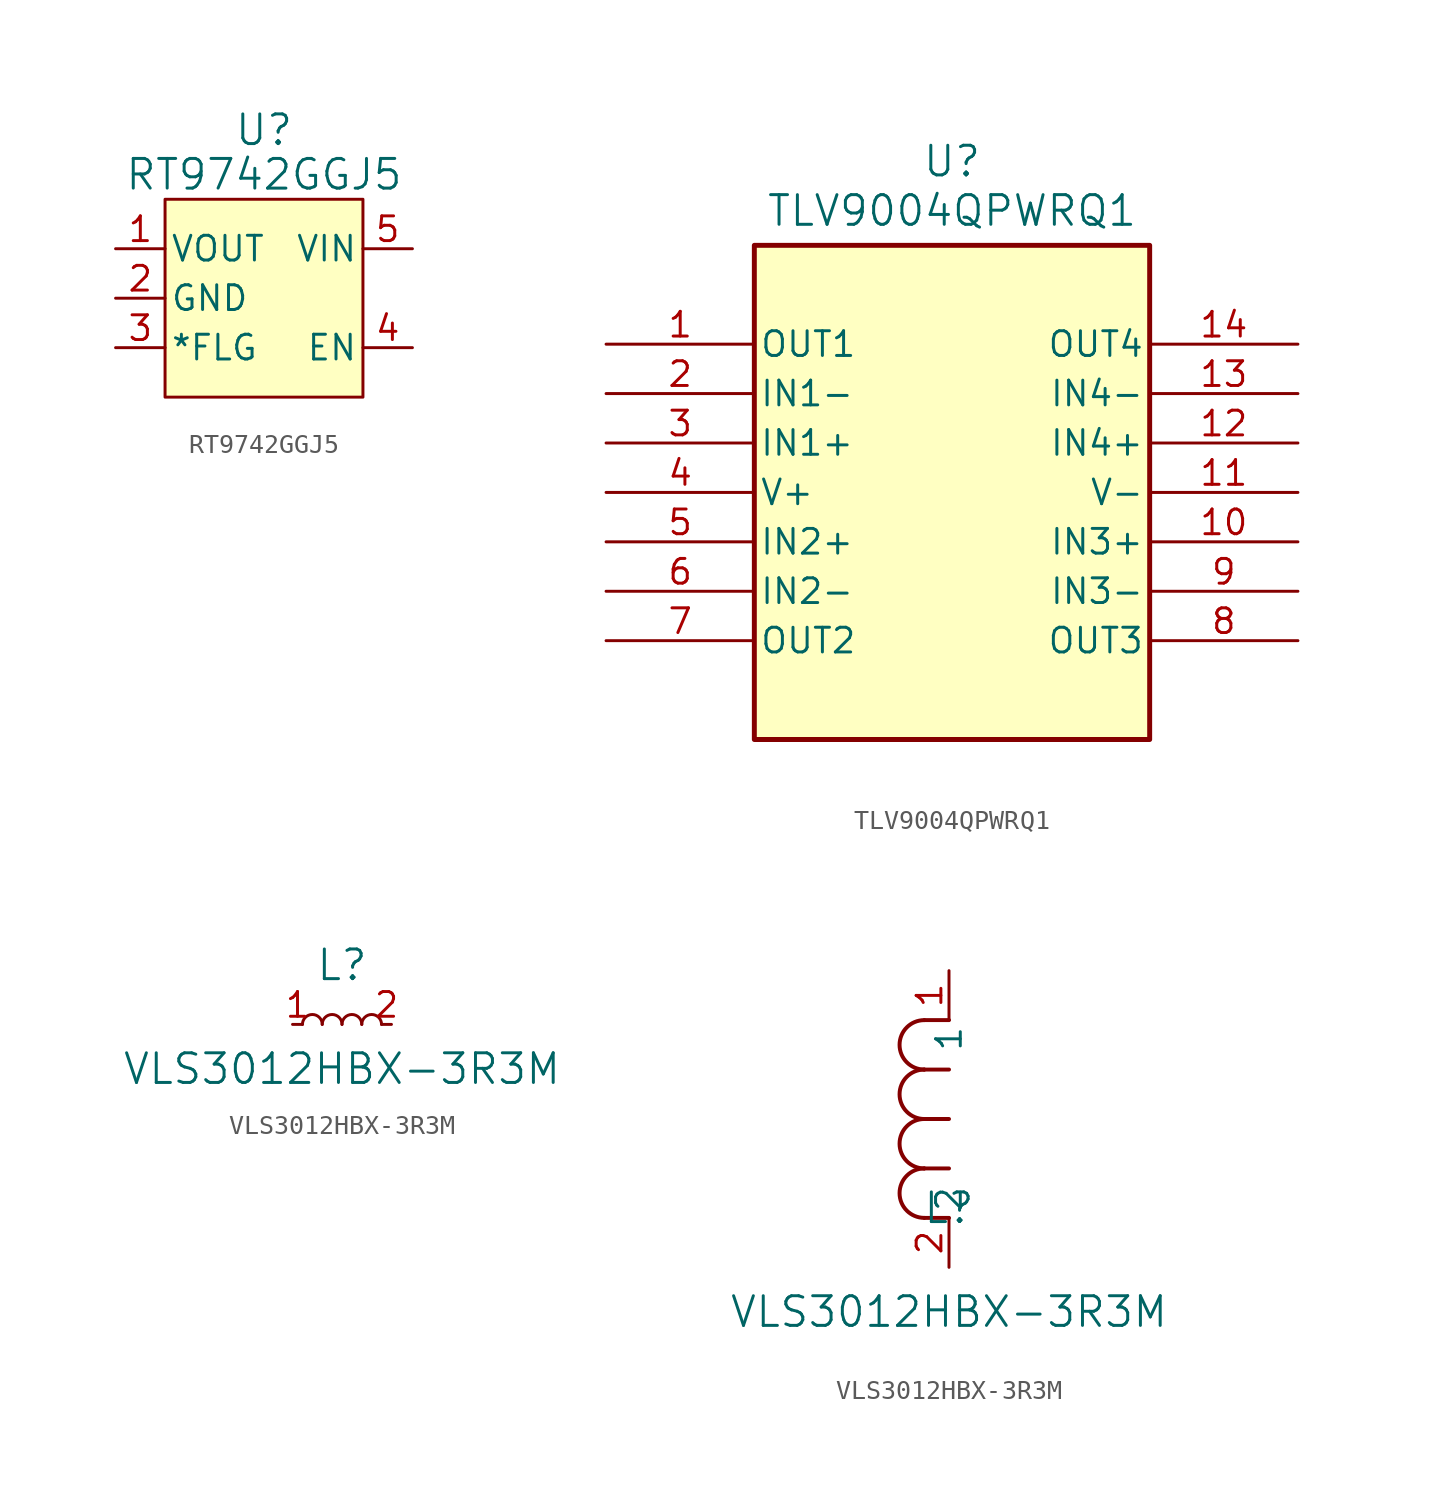
<source format=kicad_sym>
(kicad_symbol_lib
  (version 20241209)
  (generator "kicad_symbol_editor")
  (generator_version "9.0")
  (symbol "RT9742GGJ5"
    (pin_names
      (offset 0.254))
    (property "Reference" "U"
      (at 0 8.636 0)
      (effects (font (size 1.524 1.524))))
    (property "Value" "RT9742GGJ5"
      (at 0 6.35 0)
      (effects (font (size 1.524 1.524))))
    (symbol "RT9742GGJ5_1_1"
      (rectangle (start -5.08 5.08) (end 5.08 -5.08) (stroke (width 0) (type solid)) (fill (type background)))
      (pin power_out line (at -7.62 2.54 0) (length 2.54) (name "VOUT" (effects (font (size 1.27 1.27)))) (number "1" (effects (font (size 1.27 1.27)))))
      (pin power_in line (at -7.62 0 0) (length 2.54) (name "GND" (effects (font (size 1.27 1.27)))) (number "2" (effects (font (size 1.27 1.27)))))
      (pin output line (at -7.62 -2.54 0) (length 2.54) (name "*FLG" (effects (font (size 1.27 1.27)))) (number "3" (effects (font (size 1.27 1.27)))))
      (pin power_in line (at 7.62 2.54 180) (length 2.54) (name "VIN" (effects (font (size 1.27 1.27)))) (number "5" (effects (font (size 1.27 1.27)))))
      (pin input line (at 7.62 -2.54 180) (length 2.54) (name "EN" (effects (font (size 1.27 1.27)))) (number "4" (effects (font (size 1.27 1.27)))))))
  (symbol "TLV9004QPWRQ1"
    (pin_names
      (offset 0.254))
    (property "Reference" "U"
      (at 17.78 9.398 0)
      (effects (font (size 1.524 1.524))))
    (property "Value" "TLV9004QPWRQ1"
      (at 17.78 6.858 0)
      (effects (font (size 1.524 1.524))))
    (symbol "TLV9004QPWRQ1_0_1"
      (pin output line (at 0 0 0) (length 7.62) (name "OUT1" (effects (font (size 1.27 1.27)))) (number "1" (effects (font (size 1.27 1.27)))))
      (pin input line (at 0 -2.54 0) (length 7.62) (name "IN1-" (effects (font (size 1.27 1.27)))) (number "2" (effects (font (size 1.27 1.27)))))
      (pin input line (at 0 -5.08 0) (length 7.62) (name "IN1+" (effects (font (size 1.27 1.27)))) (number "3" (effects (font (size 1.27 1.27)))))
      (pin power_in line (at 0 -7.62 0) (length 7.62) (name "V+" (effects (font (size 1.27 1.27)))) (number "4" (effects (font (size 1.27 1.27)))))
      (pin input line (at 0 -10.16 0) (length 7.62) (name "IN2+" (effects (font (size 1.27 1.27)))) (number "5" (effects (font (size 1.27 1.27)))))
      (pin input line (at 0 -12.7 0) (length 7.62) (name "IN2-" (effects (font (size 1.27 1.27)))) (number "6" (effects (font (size 1.27 1.27)))))
      (pin output line (at 0 -15.24 0) (length 7.62) (name "OUT2" (effects (font (size 1.27 1.27)))) (number "7" (effects (font (size 1.27 1.27)))))
      (pin output line (at 35.56 0 180) (length 7.62) (name "OUT4" (effects (font (size 1.27 1.27)))) (number "14" (effects (font (size 1.27 1.27)))))
      (pin input line (at 35.56 -2.54 180) (length 7.62) (name "IN4-" (effects (font (size 1.27 1.27)))) (number "13" (effects (font (size 1.27 1.27)))))
      (pin input line (at 35.56 -5.08 180) (length 7.62) (name "IN4+" (effects (font (size 1.27 1.27)))) (number "12" (effects (font (size 1.27 1.27)))))
      (pin power_in line (at 35.56 -7.62 180) (length 7.62) (name "V-" (effects (font (size 1.27 1.27)))) (number "11" (effects (font (size 1.27 1.27)))))
      (pin input line (at 35.56 -10.16 180) (length 7.62) (name "IN3+" (effects (font (size 1.27 1.27)))) (number "10" (effects (font (size 1.27 1.27)))))
      (pin input line (at 35.56 -12.7 180) (length 7.62) (name "IN3-" (effects (font (size 1.27 1.27)))) (number "9" (effects (font (size 1.27 1.27)))))
      (pin output line (at 35.56 -15.24 180) (length 7.62) (name "OUT3" (effects (font (size 1.27 1.27)))) (number "8" (effects (font (size 1.27 1.27))))))
    (symbol "TLV9004QPWRQ1_1_1"
      (rectangle (start 7.62 5.08) (end 27.94 -20.32) (stroke (width 0.254) (type solid)) (fill (type background)))))
  (symbol "VLS3012HBX-3R3M"
    (pin_names
      (offset 0.254))
    (property "Reference" "L"
      (at 0 3.048 0)
      (effects (font (size 1.524 1.524))))
    (property "Value" "VLS3012HBX-3R3M"
      (at 0 -2.286 0)
      (effects (font (size 1.524 1.524))))
    (symbol "VLS3012HBX-3R3M_0_1"
      (arc (start -2.032 0) (mid -1.524 0.5058) (end -1.016 0) (stroke (width 0) (type default)) (fill (type none)))
      (arc (start -1.016 0) (mid -0.508 0.5058) (end 0 0) (stroke (width 0) (type default)) (fill (type none)))
      (arc (start 0 0) (mid 0.508 0.5058) (end 1.016 0) (stroke (width 0) (type default)) (fill (type none)))
      (arc (start 1.016 0) (mid 1.524 0.5058) (end 2.032 0) (stroke (width 0) (type default)) (fill (type none))))
    (symbol "VLS3012HBX-3R3M_1_1"
      (pin passive line (at -2.54 0 0) (length 0.508) (name "~" (effects (font (size 1.27 1.27)))) (number "1" (effects (font (size 1.27 1.27)))))
      (pin passive line (at 2.54 0 180) (length 0.508) (name "~" (effects (font (size 1.27 1.27)))) (number "2" (effects (font (size 1.27 1.27))))))
    (symbol "VLS3012HBX-3R3M_1_2"
      (arc (start -1.27 10.16) (mid -2.5344 11.43) (end -1.27 12.7) (stroke (width 0.2032) (type default)) (fill (type none)))
      (arc (start -1.27 7.62) (mid -2.5344 8.89) (end -1.27 10.16) (stroke (width 0.2032) (type default)) (fill (type none)))
      (arc (start -1.27 5.08) (mid -2.5344 6.35) (end -1.27 7.62) (stroke (width 0.2032) (type default)) (fill (type none)))
      (arc (start -1.27 2.54) (mid -2.5344 3.81) (end -1.27 5.08) (stroke (width 0.2032) (type default)) (fill (type none)))
      (polyline (pts (xy 0 12.7) (xy -1.27 12.7)) (stroke (width 0.203) (type default)) (fill (type none)))
      (polyline (pts (xy 0 10.16) (xy -1.27 10.16)) (stroke (width 0.203) (type default)) (fill (type none)))
      (polyline (pts (xy 0 7.62) (xy -1.27 7.62)) (stroke (width 0.203) (type default)) (fill (type none)))
      (polyline (pts (xy 0 5.08) (xy -1.27 5.08)) (stroke (width 0.203) (type default)) (fill (type none)))
      (polyline (pts (xy 0 2.54) (xy -1.27 2.54)) (stroke (width 0.203) (type default)) (fill (type none)))
      (pin unspecified line (at 0 15.24 270) (length 2.54) (name "1" (effects (font (size 1.27 1.27)))) (number "1" (effects (font (size 1.27 1.27)))))
      (pin unspecified line (at 0 0 90) (length 2.54) (name "2" (effects (font (size 1.27 1.27)))) (number "2" (effects (font (size 1.27 1.27))))))))
</source>
